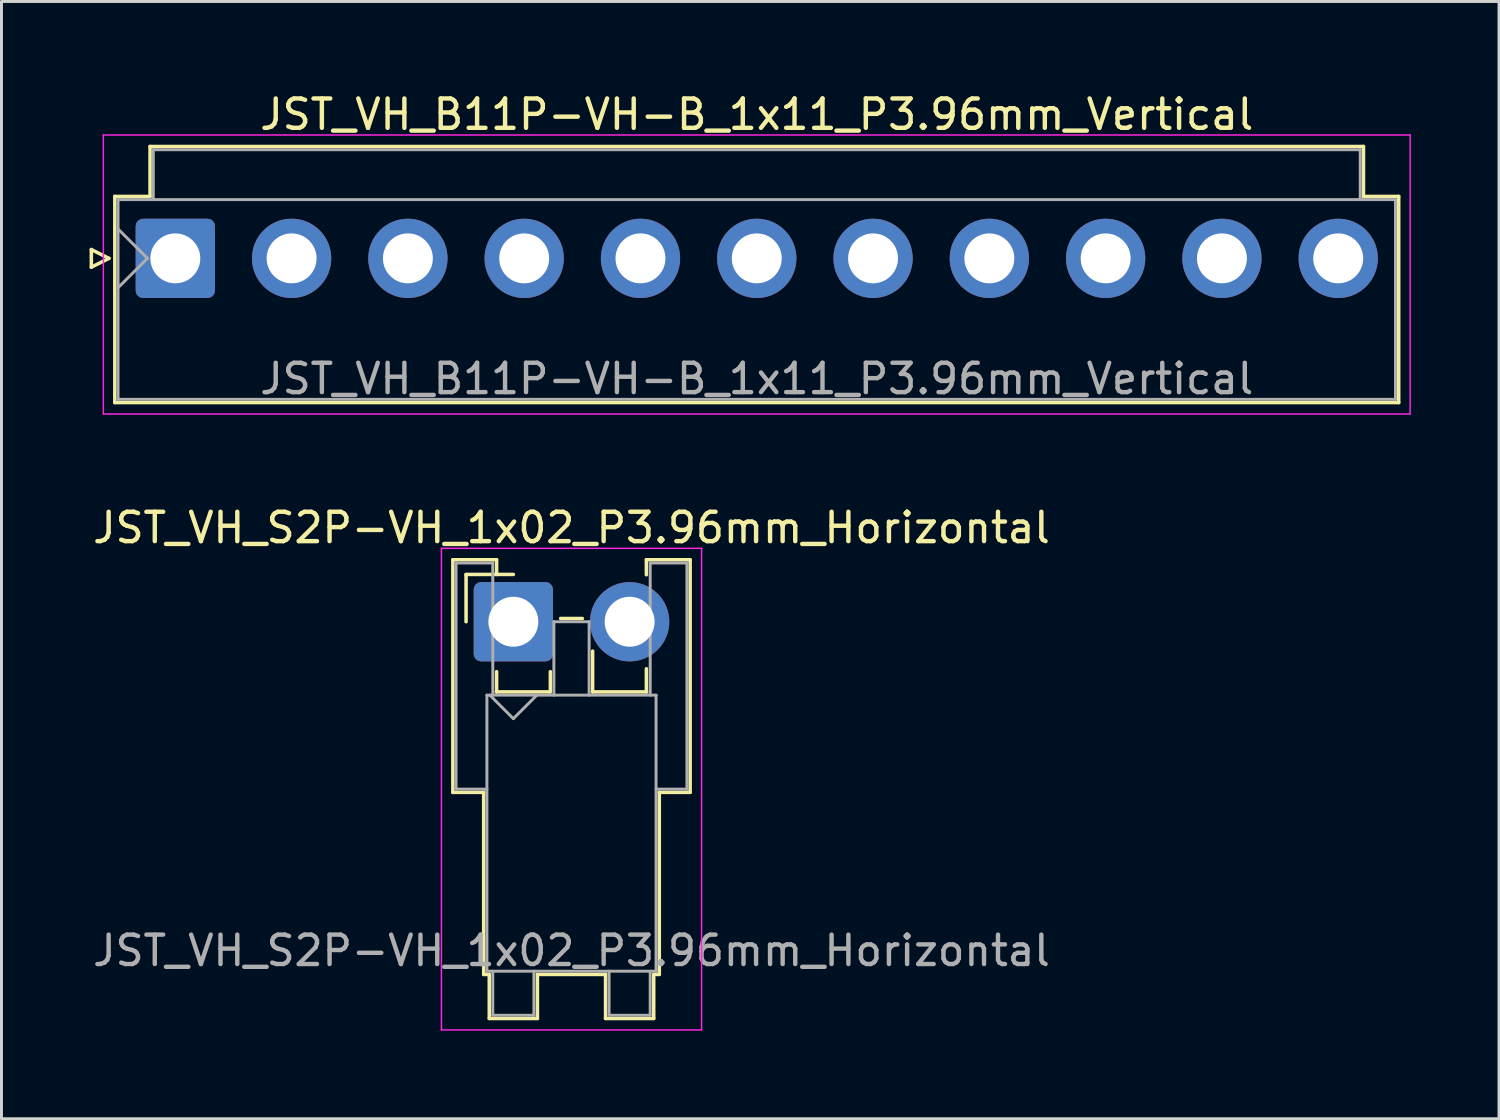
<source format=kicad_pcb>
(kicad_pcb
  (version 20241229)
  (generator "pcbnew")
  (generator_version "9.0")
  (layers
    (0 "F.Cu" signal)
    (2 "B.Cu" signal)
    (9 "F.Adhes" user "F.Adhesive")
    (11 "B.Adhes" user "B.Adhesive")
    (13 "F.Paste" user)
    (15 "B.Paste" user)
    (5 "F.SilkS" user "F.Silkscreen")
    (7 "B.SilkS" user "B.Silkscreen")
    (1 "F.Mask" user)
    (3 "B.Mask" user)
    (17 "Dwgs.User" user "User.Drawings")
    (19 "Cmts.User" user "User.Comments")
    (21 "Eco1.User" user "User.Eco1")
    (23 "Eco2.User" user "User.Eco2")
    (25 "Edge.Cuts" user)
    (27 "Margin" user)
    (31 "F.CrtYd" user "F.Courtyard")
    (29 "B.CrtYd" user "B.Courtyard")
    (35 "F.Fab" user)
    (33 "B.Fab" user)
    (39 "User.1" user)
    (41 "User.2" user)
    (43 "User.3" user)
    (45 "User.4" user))
  (footprint "JST_VH_S2P-VH_1x02_P3.96mm_Horizontal"
    (layer "F.Cu")
    (at 14.431 18.122)
    (property "Reference" "JST_VH_S2P-VH_1x02_P3.96mm_Horizontal" (at 1.98 -3.2 0) (layer "F.SilkS") (effects (font (size 1 1) (thickness 0.15))))
    (attr through_hole)
    (fp_line (start -2.06 -2.11) (end -0.57 -2.11) (stroke (width 0.12) (type solid)) (layer "F.SilkS"))
    (fp_line (start -2.06 5.81) (end -2.06 -2.11) (stroke (width 0.12) (type solid)) (layer "F.SilkS"))
    (fp_line (start -1.61 -1.61) (end -1.61 0) (stroke (width 0.12) (type solid)) (layer "F.SilkS"))
    (fp_line (start -1.01 5.81) (end -2.06 5.81) (stroke (width 0.12) (type solid)) (layer "F.SilkS"))
    (fp_line (start -1.01 5.81) (end -1.01 12.01) (stroke (width 0.12) (type solid)) (layer "F.SilkS"))
    (fp_line (start -1.01 12.01) (end -0.82 12.01) (stroke (width 0.12) (type solid)) (layer "F.SilkS"))
    (fp_line (start -0.82 12.01) (end -0.82 13.51) (stroke (width 0.12) (type solid)) (layer "F.SilkS"))
    (fp_line (start -0.82 13.51) (end 0.82 13.51) (stroke (width 0.12) (type solid)) (layer "F.SilkS"))
    (fp_line (start -0.58 2.39) (end 1.26 2.39) (stroke (width 0.12) (type solid)) (layer "F.SilkS"))
    (fp_line (start -0.57 -2.11) (end -0.57 -1.61) (stroke (width 0.12) (type solid)) (layer "F.SilkS"))
    (fp_line (start -0.57 1.7) (end -0.57 2.39) (stroke (width 0.12) (type solid)) (layer "F.SilkS"))
    (fp_line (start 0 -1.61) (end -1.61 -1.61) (stroke (width 0.12) (type solid)) (layer "F.SilkS"))
    (fp_line (start 0.82 12.01) (end 3.14 12.01) (stroke (width 0.12) (type solid)) (layer "F.SilkS"))
    (fp_line (start 0.82 13.51) (end 0.82 12.01) (stroke (width 0.12) (type solid)) (layer "F.SilkS"))
    (fp_line (start 1.26 2.39) (end 1.26 1.7) (stroke (width 0.12) (type solid)) (layer "F.SilkS"))
    (fp_line (start 1.61 -0.11) (end 2.35 -0.11) (stroke (width 0.12) (type solid)) (layer "F.SilkS"))
    (fp_line (start 2.7 1) (end 2.7 2.39) (stroke (width 0.12) (type solid)) (layer "F.SilkS"))
    (fp_line (start 2.7 2.39) (end 4.54 2.39) (stroke (width 0.12) (type solid)) (layer "F.SilkS"))
    (fp_line (start 3.14 12.01) (end 3.14 13.51) (stroke (width 0.12) (type solid)) (layer "F.SilkS"))
    (fp_line (start 3.14 13.51) (end 4.78 13.51) (stroke (width 0.12) (type solid)) (layer "F.SilkS"))
    (fp_line (start 4.53 -2.11) (end 6.02 -2.11) (stroke (width 0.12) (type solid)) (layer "F.SilkS"))
    (fp_line (start 4.53 -1.6) (end 4.53 -2.11) (stroke (width 0.12) (type solid)) (layer "F.SilkS"))
    (fp_line (start 4.53 2.39) (end 4.53 1.6) (stroke (width 0.12) (type solid)) (layer "F.SilkS"))
    (fp_line (start 4.78 12.01) (end 4.97 12.01) (stroke (width 0.12) (type solid)) (layer "F.SilkS"))
    (fp_line (start 4.78 13.51) (end 4.78 12.01) (stroke (width 0.12) (type solid)) (layer "F.SilkS"))
    (fp_line (start 4.97 12.01) (end 4.97 5.81) (stroke (width 0.12) (type solid)) (layer "F.SilkS"))
    (fp_line (start 6.02 -2.11) (end 6.02 5.81) (stroke (width 0.12) (type solid)) (layer "F.SilkS"))
    (fp_line (start 6.02 5.81) (end 4.97 5.81) (stroke (width 0.12) (type solid)) (layer "F.SilkS"))
    (fp_line (start -2.45 -2.5) (end -2.45 13.9) (stroke (width 0.05) (type solid)) (layer "F.CrtYd"))
    (fp_line (start -2.45 13.9) (end 6.41 13.9) (stroke (width 0.05) (type solid)) (layer "F.CrtYd"))
    (fp_line (start 6.41 -2.5) (end -2.45 -2.5) (stroke (width 0.05) (type solid)) (layer "F.CrtYd"))
    (fp_line (start 6.41 13.9) (end 6.41 -2.5) (stroke (width 0.05) (type solid)) (layer "F.CrtYd"))
    (fp_line (start -1.95 -2) (end -0.7 -2) (stroke (width 0.1) (type solid)) (layer "F.Fab"))
    (fp_line (start -1.95 5.7) (end -1.95 -2) (stroke (width 0.1) (type solid)) (layer "F.Fab"))
    (fp_line (start -0.9 2.5) (end -0.9 11.9) (stroke (width 0.1) (type solid)) (layer "F.Fab"))
    (fp_line (start -0.9 5.7) (end -1.95 5.7) (stroke (width 0.1) (type solid)) (layer "F.Fab"))
    (fp_line (start -0.9 11.9) (end 4.86 11.9) (stroke (width 0.1) (type solid)) (layer "F.Fab"))
    (fp_line (start -0.8 2.5) (end 0 3.3) (stroke (width 0.1) (type solid)) (layer "F.Fab"))
    (fp_line (start -0.7 -2) (end -0.7 2.5) (stroke (width 0.1) (type solid)) (layer "F.Fab"))
    (fp_line (start -0.7 11.9) (end -0.7 13.4) (stroke (width 0.1) (type solid)) (layer "F.Fab"))
    (fp_line (start -0.7 13.4) (end 0.7 13.4) (stroke (width 0.1) (type solid)) (layer "F.Fab"))
    (fp_line (start 0 3.3) (end 0.8 2.5) (stroke (width 0.1) (type solid)) (layer "F.Fab"))
    (fp_line (start 0.7 13.4) (end 0.7 11.9) (stroke (width 0.1) (type solid)) (layer "F.Fab"))
    (fp_line (start 1.38 0) (end 2.58 0) (stroke (width 0.1) (type solid)) (layer "F.Fab"))
    (fp_line (start 1.38 2.5) (end 1.38 0) (stroke (width 0.1) (type solid)) (layer "F.Fab"))
    (fp_line (start 2.58 0) (end 2.58 2.5) (stroke (width 0.1) (type solid)) (layer "F.Fab"))
    (fp_line (start 3.26 11.9) (end 3.26 13.4) (stroke (width 0.1) (type solid)) (layer "F.Fab"))
    (fp_line (start 3.26 13.4) (end 4.66 13.4) (stroke (width 0.1) (type solid)) (layer "F.Fab"))
    (fp_line (start 4.66 -2) (end 5.91 -2) (stroke (width 0.1) (type solid)) (layer "F.Fab"))
    (fp_line (start 4.66 2.5) (end 4.66 -2) (stroke (width 0.1) (type solid)) (layer "F.Fab"))
    (fp_line (start 4.66 13.4) (end 4.66 11.9) (stroke (width 0.1) (type solid)) (layer "F.Fab"))
    (fp_line (start 4.86 2.5) (end -0.9 2.5) (stroke (width 0.1) (type solid)) (layer "F.Fab"))
    (fp_line (start 4.86 11.9) (end 4.86 2.5) (stroke (width 0.1) (type solid)) (layer "F.Fab"))
    (fp_line (start 5.91 -2) (end 5.91 5.7) (stroke (width 0.1) (type solid)) (layer "F.Fab"))
    (fp_line (start 5.91 5.7) (end 4.86 5.7) (stroke (width 0.1) (type solid)) (layer "F.Fab"))
    (fp_text user "${REFERENCE}" (at 1.98 11.2 0) (layer "F.Fab") (effects (font (size 1 1) (thickness 0.15))))
    (pad "1" thru_hole roundrect (at 0 0) (size 2.7 2.7) (drill 1.7) (layers "*.Cu" "*.Mask") (roundrect_rratio 0.093))
    (pad "2" thru_hole circle (at 3.96 0) (size 2.7 2.7) (drill 1.7) (layers "*.Cu" "*.Mask")))
  (footprint "JST_VH_B11P-VH-B_1x11_P3.96mm_Vertical"
    (layer "F.Cu")
    (at 2.92 5.748)
    (property "Reference" "JST_VH_B11P-VH-B_1x11_P3.96mm_Vertical" (at 19.8 -4.9 0) (layer "F.SilkS") (effects (font (size 1 1) (thickness 0.15))))
    (attr through_hole)
    (fp_line (start -2.86 -0.3) (end -2.26 0) (stroke (width 0.12) (type solid)) (layer "F.SilkS"))
    (fp_line (start -2.86 0.3) (end -2.86 -0.3) (stroke (width 0.12) (type solid)) (layer "F.SilkS"))
    (fp_line (start -2.26 0) (end -2.86 0.3) (stroke (width 0.12) (type solid)) (layer "F.SilkS"))
    (fp_line (start -2.06 -2.11) (end -0.86 -2.11) (stroke (width 0.12) (type solid)) (layer "F.SilkS"))
    (fp_line (start -2.06 4.91) (end -2.06 -2.11) (stroke (width 0.12) (type solid)) (layer "F.SilkS"))
    (fp_line (start -0.86 -3.81) (end 40.46 -3.81) (stroke (width 0.12) (type solid)) (layer "F.SilkS"))
    (fp_line (start -0.86 -2.11) (end -0.86 -3.81) (stroke (width 0.12) (type solid)) (layer "F.SilkS"))
    (fp_line (start 40.46 -3.81) (end 40.46 -2.11) (stroke (width 0.12) (type solid)) (layer "F.SilkS"))
    (fp_line (start 40.46 -2.11) (end 41.66 -2.11) (stroke (width 0.12) (type solid)) (layer "F.SilkS"))
    (fp_line (start 41.66 -2.11) (end 41.66 4.91) (stroke (width 0.12) (type solid)) (layer "F.SilkS"))
    (fp_line (start 41.66 4.91) (end -2.06 4.91) (stroke (width 0.12) (type solid)) (layer "F.SilkS"))
    (fp_line (start -2.45 -4.2) (end -2.45 5.3) (stroke (width 0.05) (type solid)) (layer "F.CrtYd"))
    (fp_line (start -2.45 5.3) (end 42.05 5.3) (stroke (width 0.05) (type solid)) (layer "F.CrtYd"))
    (fp_line (start 42.05 -4.2) (end -2.45 -4.2) (stroke (width 0.05) (type solid)) (layer "F.CrtYd"))
    (fp_line (start 42.05 5.3) (end 42.05 -4.2) (stroke (width 0.05) (type solid)) (layer "F.CrtYd"))
    (fp_line (start -1.95 -2) (end -1.95 4.8) (stroke (width 0.1) (type solid)) (layer "F.Fab"))
    (fp_line (start -1.95 -1) (end -0.95 0) (stroke (width 0.1) (type solid)) (layer "F.Fab"))
    (fp_line (start -1.95 1) (end -0.95 0) (stroke (width 0.1) (type solid)) (layer "F.Fab"))
    (fp_line (start -1.95 4.8) (end 41.55 4.8) (stroke (width 0.1) (type solid)) (layer "F.Fab"))
    (fp_line (start -0.75 -3.7) (end 40.35 -3.7) (stroke (width 0.1) (type solid)) (layer "F.Fab"))
    (fp_line (start -0.75 -2) (end -0.75 -3.7) (stroke (width 0.1) (type solid)) (layer "F.Fab"))
    (fp_line (start 40.35 -3.7) (end 40.35 -2) (stroke (width 0.1) (type solid)) (layer "F.Fab"))
    (fp_line (start 41.55 -2) (end -1.95 -2) (stroke (width 0.1) (type solid)) (layer "F.Fab"))
    (fp_line (start 41.55 4.8) (end 41.55 -2) (stroke (width 0.1) (type solid)) (layer "F.Fab"))
    (fp_text user "${REFERENCE}" (at 19.8 4.1 0) (layer "F.Fab") (effects (font (size 1 1) (thickness 0.15))))
    (pad "1" thru_hole roundrect (at 0 0) (size 2.7 2.7) (drill 1.7) (layers "*.Cu" "*.Mask") (roundrect_rratio 0.093))
    (pad "2" thru_hole circle (at 3.96 0) (size 2.7 2.7) (drill 1.7) (layers "*.Cu" "*.Mask"))
    (pad "3" thru_hole circle (at 7.92 0) (size 2.7 2.7) (drill 1.7) (layers "*.Cu" "*.Mask"))
    (pad "4" thru_hole circle (at 11.88 0) (size 2.7 2.7) (drill 1.7) (layers "*.Cu" "*.Mask"))
    (pad "5" thru_hole circle (at 15.84 0) (size 2.7 2.7) (drill 1.7) (layers "*.Cu" "*.Mask"))
    (pad "6" thru_hole circle (at 19.8 0) (size 2.7 2.7) (drill 1.7) (layers "*.Cu" "*.Mask"))
    (pad "7" thru_hole circle (at 23.76 0) (size 2.7 2.7) (drill 1.7) (layers "*.Cu" "*.Mask"))
    (pad "8" thru_hole circle (at 27.72 0) (size 2.7 2.7) (drill 1.7) (layers "*.Cu" "*.Mask"))
    (pad "9" thru_hole circle (at 31.68 0) (size 2.7 2.7) (drill 1.7) (layers "*.Cu" "*.Mask"))
    (pad "10" thru_hole circle (at 35.64 0) (size 2.7 2.7) (drill 1.7) (layers "*.Cu" "*.Mask"))
    (pad "11" thru_hole circle (at 39.6 0) (size 2.7 2.7) (drill 1.7) (layers "*.Cu" "*.Mask")))
  (gr_rect
    (start -3 -3)
    (end 47.995 35.047)
    (stroke (width 0.1) (type default))
    (fill no)
    (layer "Edge.Cuts")))
</source>
